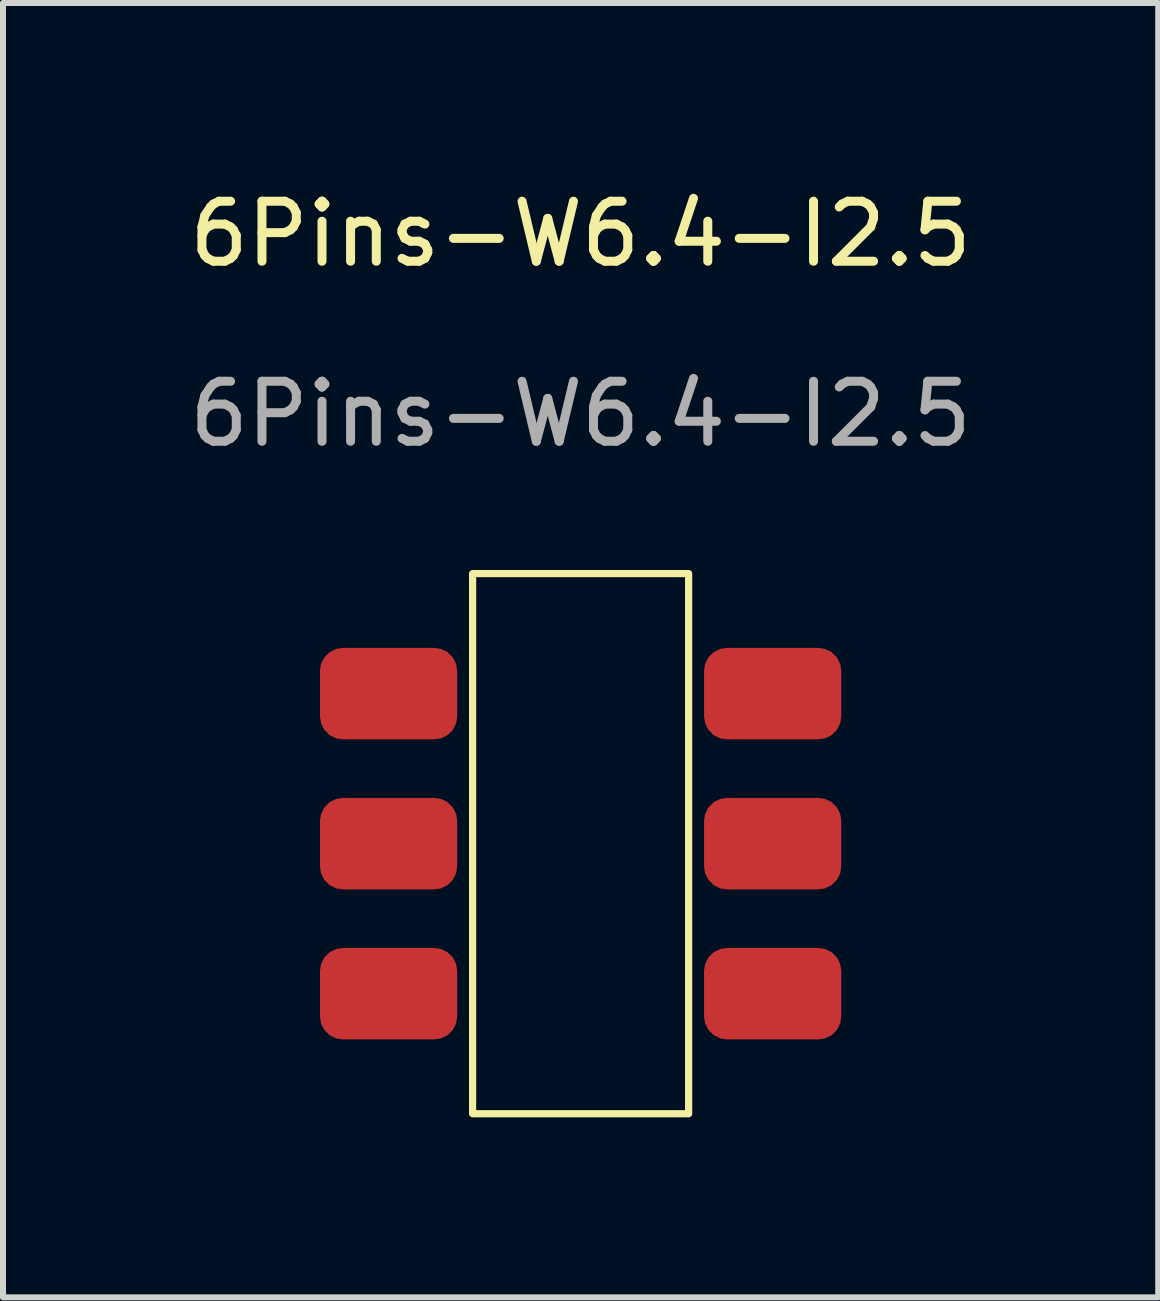
<source format=kicad_pcb>
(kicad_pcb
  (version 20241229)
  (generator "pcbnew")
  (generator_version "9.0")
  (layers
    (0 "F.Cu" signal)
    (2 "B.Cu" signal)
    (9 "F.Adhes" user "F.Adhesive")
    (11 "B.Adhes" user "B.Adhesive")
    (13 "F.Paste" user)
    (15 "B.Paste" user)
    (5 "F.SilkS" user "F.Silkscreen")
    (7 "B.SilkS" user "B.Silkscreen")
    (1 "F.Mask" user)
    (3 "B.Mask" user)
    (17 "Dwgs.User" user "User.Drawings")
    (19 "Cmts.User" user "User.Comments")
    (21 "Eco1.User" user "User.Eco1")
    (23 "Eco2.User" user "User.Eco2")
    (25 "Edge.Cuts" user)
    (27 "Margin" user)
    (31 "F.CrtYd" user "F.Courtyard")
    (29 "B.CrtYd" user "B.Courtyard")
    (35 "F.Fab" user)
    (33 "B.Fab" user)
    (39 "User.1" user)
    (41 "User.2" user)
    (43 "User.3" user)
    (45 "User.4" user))
  (footprint "6Pins-W6.4-I2.5"
    (layer "F.Cu")
    (at 6.625 11.008)
    (property "Reference" "6Pins-W6.4-I2.5" (at 0 -10.16 0) (unlocked yes) (layer "F.SilkS") (effects (font (size 1 1) (thickness 0.15))))
    (attr smd)
    (fp_rect (start -1.8 -4.5) (end 1.8 4.5) (stroke (width 0.12) (type solid)) (fill no) (layer "F.SilkS"))
    (fp_text user "${REFERENCE}" (at 0 -7.16 0) (unlocked yes) (layer "F.Fab") (effects (font (size 1 1) (thickness 0.15))))
    (pad "1" smd roundrect (at -3.2 -2.5) (size 2.286 1.524) (layers "F.Cu" "F.Mask" "F.Paste") (roundrect_rratio 0.25))
    (pad "2" smd roundrect (at -3.2 0) (size 2.286 1.524) (layers "F.Cu" "F.Mask" "F.Paste") (roundrect_rratio 0.25))
    (pad "3" smd roundrect (at -3.2 2.5) (size 2.286 1.524) (layers "F.Cu" "F.Mask" "F.Paste") (roundrect_rratio 0.25))
    (pad "4" smd roundrect (at 3.2 2.5) (size 2.286 1.524) (layers "F.Cu" "F.Mask" "F.Paste") (roundrect_rratio 0.25))
    (pad "5" smd roundrect (at 3.2 0) (size 2.286 1.524) (layers "F.Cu" "F.Mask" "F.Paste") (roundrect_rratio 0.25))
    (pad "6" smd roundrect (at 3.2 -2.5) (size 2.286 1.524) (layers "F.Cu" "F.Mask" "F.Paste") (roundrect_rratio 0.25)))
  (gr_rect
    (start -3 -3)
    (end 16.25 18.568)
    (stroke (width 0.1) (type default))
    (fill no)
    (layer "Edge.Cuts")))
</source>
